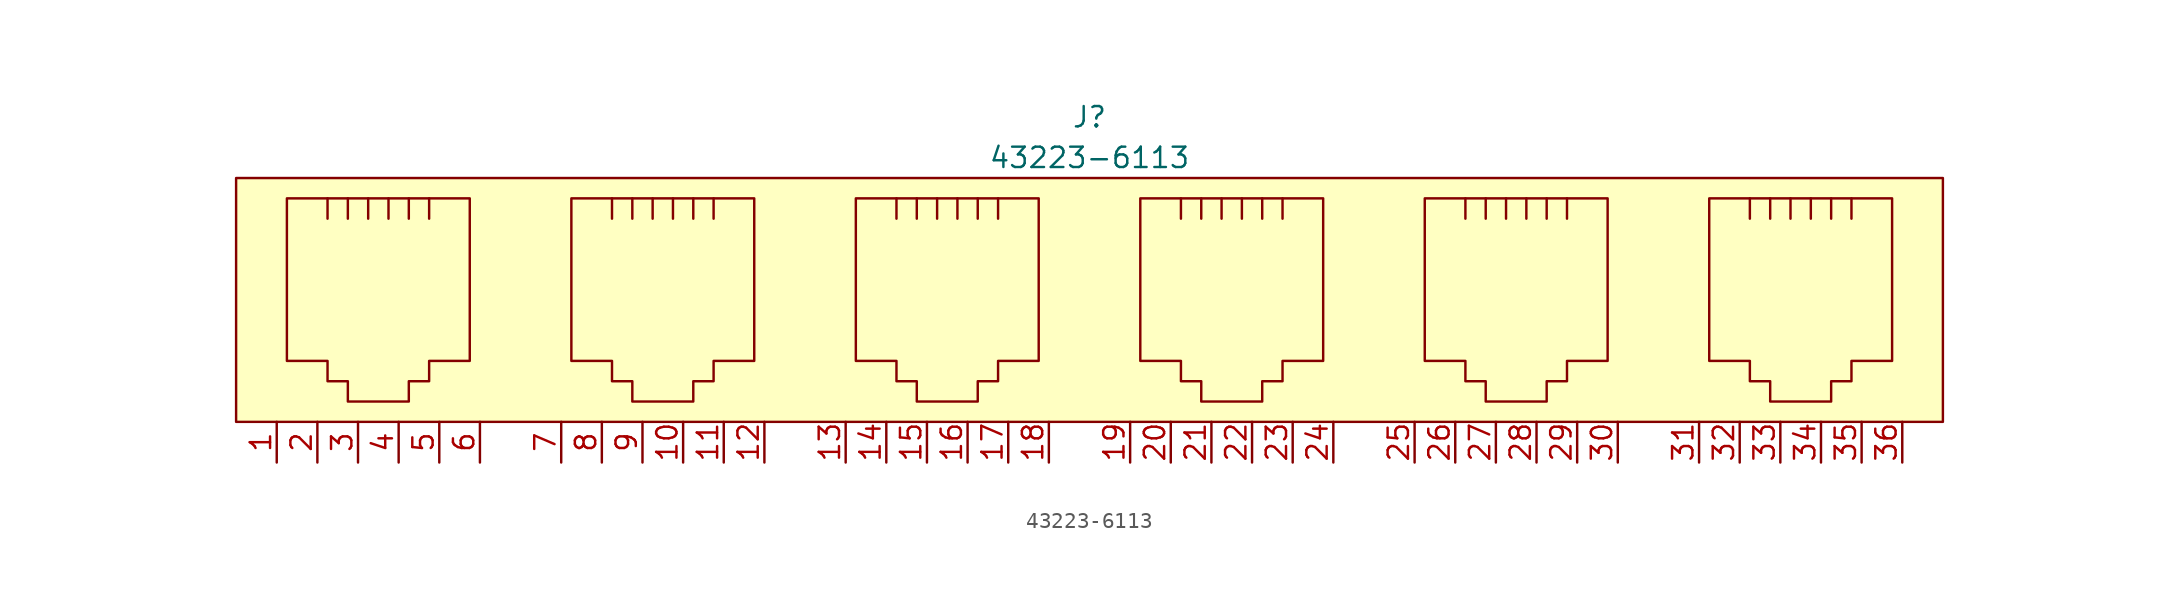
<source format=kicad_sym>
(kicad_symbol_lib
  (version 20211014)
  (generator kicad_symbol_editor)
  (symbol "43223-6113"
    (property "Reference" "J"
      (at 0 11.43 0)
      (effects (font (size 1.27 1.27))))
    (property "Value" "43223-6113"
      (at 0 8.89 0)
      (effects (font (size 1.27 1.27))))
    (symbol "43223-6113_0_1"
      (rectangle (start -53.34 7.62) (end 53.34 -7.62) (stroke (width 0.152) (type default) (color 0 0 0 0)) (fill (type background)))
      (polyline (pts (xy -47.625 6.35) (xy -47.625 5.08) (xy -47.625 5.08)) (stroke (width 0) (type default) (color 0 0 0 0)) (fill (type none)))
      (polyline (pts (xy -46.355 6.35) (xy -46.355 5.08) (xy -46.355 5.08)) (stroke (width 0) (type default) (color 0 0 0 0)) (fill (type none)))
      (polyline (pts (xy -45.085 6.35) (xy -45.085 5.08) (xy -45.085 5.08)) (stroke (width 0) (type default) (color 0 0 0 0)) (fill (type none)))
      (polyline (pts (xy -43.815 6.35) (xy -43.815 5.08) (xy -43.815 5.08)) (stroke (width 0) (type default) (color 0 0 0 0)) (fill (type none)))
      (polyline (pts (xy -42.545 6.35) (xy -42.545 5.08) (xy -42.545 5.08)) (stroke (width 0) (type default) (color 0 0 0 0)) (fill (type none)))
      (polyline (pts (xy -41.275 5.08) (xy -41.275 6.35) (xy -41.275 6.35)) (stroke (width 0) (type default) (color 0 0 0 0)) (fill (type none)))
      (polyline (pts (xy -29.845 6.35) (xy -29.845 5.08) (xy -29.845 5.08)) (stroke (width 0) (type default) (color 0 0 0 0)) (fill (type none)))
      (polyline (pts (xy -28.575 6.35) (xy -28.575 5.08) (xy -28.575 5.08)) (stroke (width 0) (type default) (color 0 0 0 0)) (fill (type none)))
      (polyline (pts (xy -27.305 6.35) (xy -27.305 5.08) (xy -27.305 5.08)) (stroke (width 0) (type default) (color 0 0 0 0)) (fill (type none)))
      (polyline (pts (xy -26.035 6.35) (xy -26.035 5.08) (xy -26.035 5.08)) (stroke (width 0) (type default) (color 0 0 0 0)) (fill (type none)))
      (polyline (pts (xy -24.765 6.35) (xy -24.765 5.08) (xy -24.765 5.08)) (stroke (width 0) (type default) (color 0 0 0 0)) (fill (type none)))
      (polyline (pts (xy -23.495 5.08) (xy -23.495 6.35) (xy -23.495 6.35)) (stroke (width 0) (type default) (color 0 0 0 0)) (fill (type none)))
      (polyline (pts (xy -12.065 6.35) (xy -12.065 5.08) (xy -12.065 5.08)) (stroke (width 0) (type default) (color 0 0 0 0)) (fill (type none)))
      (polyline (pts (xy -10.795 6.35) (xy -10.795 5.08) (xy -10.795 5.08)) (stroke (width 0) (type default) (color 0 0 0 0)) (fill (type none)))
      (polyline (pts (xy -9.525 6.35) (xy -9.525 5.08) (xy -9.525 5.08)) (stroke (width 0) (type default) (color 0 0 0 0)) (fill (type none)))
      (polyline (pts (xy -8.255 6.35) (xy -8.255 5.08) (xy -8.255 5.08)) (stroke (width 0) (type default) (color 0 0 0 0)) (fill (type none)))
      (polyline (pts (xy -6.985 6.35) (xy -6.985 5.08) (xy -6.985 5.08)) (stroke (width 0) (type default) (color 0 0 0 0)) (fill (type none)))
      (polyline (pts (xy -5.715 5.08) (xy -5.715 6.35) (xy -5.715 6.35)) (stroke (width 0) (type default) (color 0 0 0 0)) (fill (type none)))
      (polyline (pts (xy 5.715 6.35) (xy 5.715 5.08) (xy 5.715 5.08)) (stroke (width 0) (type default) (color 0 0 0 0)) (fill (type none)))
      (polyline (pts (xy 6.985 6.35) (xy 6.985 5.08) (xy 6.985 5.08)) (stroke (width 0) (type default) (color 0 0 0 0)) (fill (type none)))
      (polyline (pts (xy 8.255 6.35) (xy 8.255 5.08) (xy 8.255 5.08)) (stroke (width 0) (type default) (color 0 0 0 0)) (fill (type none)))
      (polyline (pts (xy 9.525 6.35) (xy 9.525 5.08) (xy 9.525 5.08)) (stroke (width 0) (type default) (color 0 0 0 0)) (fill (type none)))
      (polyline (pts (xy 10.795 6.35) (xy 10.795 5.08) (xy 10.795 5.08)) (stroke (width 0) (type default) (color 0 0 0 0)) (fill (type none)))
      (polyline (pts (xy 12.065 5.08) (xy 12.065 6.35) (xy 12.065 6.35)) (stroke (width 0) (type default) (color 0 0 0 0)) (fill (type none)))
      (polyline (pts (xy 23.495 6.35) (xy 23.495 5.08) (xy 23.495 5.08)) (stroke (width 0) (type default) (color 0 0 0 0)) (fill (type none)))
      (polyline (pts (xy 24.765 6.35) (xy 24.765 5.08) (xy 24.765 5.08)) (stroke (width 0) (type default) (color 0 0 0 0)) (fill (type none)))
      (polyline (pts (xy 26.035 6.35) (xy 26.035 5.08) (xy 26.035 5.08)) (stroke (width 0) (type default) (color 0 0 0 0)) (fill (type none)))
      (polyline (pts (xy 27.305 6.35) (xy 27.305 5.08) (xy 27.305 5.08)) (stroke (width 0) (type default) (color 0 0 0 0)) (fill (type none)))
      (polyline (pts (xy 28.575 6.35) (xy 28.575 5.08) (xy 28.575 5.08)) (stroke (width 0) (type default) (color 0 0 0 0)) (fill (type none)))
      (polyline (pts (xy 29.845 5.08) (xy 29.845 6.35) (xy 29.845 6.35)) (stroke (width 0) (type default) (color 0 0 0 0)) (fill (type none)))
      (polyline (pts (xy 41.275 6.35) (xy 41.275 5.08) (xy 41.275 5.08)) (stroke (width 0) (type default) (color 0 0 0 0)) (fill (type none)))
      (polyline (pts (xy 42.545 6.35) (xy 42.545 5.08) (xy 42.545 5.08)) (stroke (width 0) (type default) (color 0 0 0 0)) (fill (type none)))
      (polyline (pts (xy 43.815 6.35) (xy 43.815 5.08) (xy 43.815 5.08)) (stroke (width 0) (type default) (color 0 0 0 0)) (fill (type none)))
      (polyline (pts (xy 45.085 6.35) (xy 45.085 5.08) (xy 45.085 5.08)) (stroke (width 0) (type default) (color 0 0 0 0)) (fill (type none)))
      (polyline (pts (xy 46.355 6.35) (xy 46.355 5.08) (xy 46.355 5.08)) (stroke (width 0) (type default) (color 0 0 0 0)) (fill (type none)))
      (polyline (pts (xy 47.625 5.08) (xy 47.625 6.35) (xy 47.625 6.35)) (stroke (width 0) (type default) (color 0 0 0 0)) (fill (type none)))
      (polyline (pts (xy -50.165 6.35) (xy -38.735 6.35) (xy -38.735 -3.81) (xy -41.275 -3.81) (xy -41.275 -5.08) (xy -42.545 -5.08) (xy -42.545 -6.35) (xy -46.355 -6.35) (xy -46.355 -5.08) (xy -47.625 -5.08) (xy -47.625 -3.81) (xy -50.165 -3.81) (xy -50.165 6.35) (xy -50.165 6.35)) (stroke (width 0) (type default) (color 0 0 0 0)) (fill (type none)))
      (polyline (pts (xy -32.385 6.35) (xy -20.955 6.35) (xy -20.955 -3.81) (xy -23.495 -3.81) (xy -23.495 -5.08) (xy -24.765 -5.08) (xy -24.765 -6.35) (xy -28.575 -6.35) (xy -28.575 -5.08) (xy -29.845 -5.08) (xy -29.845 -3.81) (xy -32.385 -3.81) (xy -32.385 6.35) (xy -32.385 6.35)) (stroke (width 0) (type default) (color 0 0 0 0)) (fill (type none)))
      (polyline (pts (xy -14.605 6.35) (xy -3.175 6.35) (xy -3.175 -3.81) (xy -5.715 -3.81) (xy -5.715 -5.08) (xy -6.985 -5.08) (xy -6.985 -6.35) (xy -10.795 -6.35) (xy -10.795 -5.08) (xy -12.065 -5.08) (xy -12.065 -3.81) (xy -14.605 -3.81) (xy -14.605 6.35) (xy -14.605 6.35)) (stroke (width 0) (type default) (color 0 0 0 0)) (fill (type none)))
      (polyline (pts (xy 3.175 6.35) (xy 14.605 6.35) (xy 14.605 -3.81) (xy 12.065 -3.81) (xy 12.065 -5.08) (xy 10.795 -5.08) (xy 10.795 -6.35) (xy 6.985 -6.35) (xy 6.985 -5.08) (xy 5.715 -5.08) (xy 5.715 -3.81) (xy 3.175 -3.81) (xy 3.175 6.35) (xy 3.175 6.35)) (stroke (width 0) (type default) (color 0 0 0 0)) (fill (type none)))
      (polyline (pts (xy 20.955 6.35) (xy 32.385 6.35) (xy 32.385 -3.81) (xy 29.845 -3.81) (xy 29.845 -5.08) (xy 28.575 -5.08) (xy 28.575 -6.35) (xy 24.765 -6.35) (xy 24.765 -5.08) (xy 23.495 -5.08) (xy 23.495 -3.81) (xy 20.955 -3.81) (xy 20.955 6.35) (xy 20.955 6.35)) (stroke (width 0) (type default) (color 0 0 0 0)) (fill (type none)))
      (polyline (pts (xy 38.735 6.35) (xy 50.165 6.35) (xy 50.165 -3.81) (xy 47.625 -3.81) (xy 47.625 -5.08) (xy 46.355 -5.08) (xy 46.355 -6.35) (xy 42.545 -6.35) (xy 42.545 -5.08) (xy 41.275 -5.08) (xy 41.275 -3.81) (xy 38.735 -3.81) (xy 38.735 6.35) (xy 38.735 6.35)) (stroke (width 0) (type default) (color 0 0 0 0)) (fill (type none))))
    (symbol "43223-6113_1_1"
      (pin passive line (at -50.8 -10.16 90) (length 2.54) (name "~" (effects (font (size 1.27 1.27)))) (number "1" (effects (font (size 1.27 1.27)))))
      (pin passive line (at -25.4 -10.16 90) (length 2.54) (name "~" (effects (font (size 1.27 1.27)))) (number "10" (effects (font (size 1.27 1.27)))))
      (pin passive line (at -22.86 -10.16 90) (length 2.54) (name "~" (effects (font (size 1.27 1.27)))) (number "11" (effects (font (size 1.27 1.27)))))
      (pin passive line (at -20.32 -10.16 90) (length 2.54) (name "~" (effects (font (size 1.27 1.27)))) (number "12" (effects (font (size 1.27 1.27)))))
      (pin passive line (at -15.24 -10.16 90) (length 2.54) (name "~" (effects (font (size 1.27 1.27)))) (number "13" (effects (font (size 1.27 1.27)))))
      (pin passive line (at -12.7 -10.16 90) (length 2.54) (name "~" (effects (font (size 1.27 1.27)))) (number "14" (effects (font (size 1.27 1.27)))))
      (pin passive line (at -10.16 -10.16 90) (length 2.54) (name "~" (effects (font (size 1.27 1.27)))) (number "15" (effects (font (size 1.27 1.27)))))
      (pin passive line (at -7.62 -10.16 90) (length 2.54) (name "~" (effects (font (size 1.27 1.27)))) (number "16" (effects (font (size 1.27 1.27)))))
      (pin passive line (at -5.08 -10.16 90) (length 2.54) (name "~" (effects (font (size 1.27 1.27)))) (number "17" (effects (font (size 1.27 1.27)))))
      (pin passive line (at -2.54 -10.16 90) (length 2.54) (name "~" (effects (font (size 1.27 1.27)))) (number "18" (effects (font (size 1.27 1.27)))))
      (pin passive line (at 2.54 -10.16 90) (length 2.54) (name "~" (effects (font (size 1.27 1.27)))) (number "19" (effects (font (size 1.27 1.27)))))
      (pin passive line (at -48.26 -10.16 90) (length 2.54) (name "~" (effects (font (size 1.27 1.27)))) (number "2" (effects (font (size 1.27 1.27)))))
      (pin passive line (at 5.08 -10.16 90) (length 2.54) (name "~" (effects (font (size 1.27 1.27)))) (number "20" (effects (font (size 1.27 1.27)))))
      (pin passive line (at 7.62 -10.16 90) (length 2.54) (name "~" (effects (font (size 1.27 1.27)))) (number "21" (effects (font (size 1.27 1.27)))))
      (pin passive line (at 10.16 -10.16 90) (length 2.54) (name "~" (effects (font (size 1.27 1.27)))) (number "22" (effects (font (size 1.27 1.27)))))
      (pin passive line (at 12.7 -10.16 90) (length 2.54) (name "~" (effects (font (size 1.27 1.27)))) (number "23" (effects (font (size 1.27 1.27)))))
      (pin passive line (at 15.24 -10.16 90) (length 2.54) (name "~" (effects (font (size 1.27 1.27)))) (number "24" (effects (font (size 1.27 1.27)))))
      (pin passive line (at 20.32 -10.16 90) (length 2.54) (name "~" (effects (font (size 1.27 1.27)))) (number "25" (effects (font (size 1.27 1.27)))))
      (pin passive line (at 22.86 -10.16 90) (length 2.54) (name "~" (effects (font (size 1.27 1.27)))) (number "26" (effects (font (size 1.27 1.27)))))
      (pin passive line (at 25.4 -10.16 90) (length 2.54) (name "~" (effects (font (size 1.27 1.27)))) (number "27" (effects (font (size 1.27 1.27)))))
      (pin passive line (at 27.94 -10.16 90) (length 2.54) (name "~" (effects (font (size 1.27 1.27)))) (number "28" (effects (font (size 1.27 1.27)))))
      (pin passive line (at 30.48 -10.16 90) (length 2.54) (name "~" (effects (font (size 1.27 1.27)))) (number "29" (effects (font (size 1.27 1.27)))))
      (pin passive line (at -45.72 -10.16 90) (length 2.54) (name "~" (effects (font (size 1.27 1.27)))) (number "3" (effects (font (size 1.27 1.27)))))
      (pin passive line (at 33.02 -10.16 90) (length 2.54) (name "~" (effects (font (size 1.27 1.27)))) (number "30" (effects (font (size 1.27 1.27)))))
      (pin passive line (at 38.1 -10.16 90) (length 2.54) (name "~" (effects (font (size 1.27 1.27)))) (number "31" (effects (font (size 1.27 1.27)))))
      (pin passive line (at 40.64 -10.16 90) (length 2.54) (name "~" (effects (font (size 1.27 1.27)))) (number "32" (effects (font (size 1.27 1.27)))))
      (pin passive line (at 43.18 -10.16 90) (length 2.54) (name "~" (effects (font (size 1.27 1.27)))) (number "33" (effects (font (size 1.27 1.27)))))
      (pin passive line (at 45.72 -10.16 90) (length 2.54) (name "~" (effects (font (size 1.27 1.27)))) (number "34" (effects (font (size 1.27 1.27)))))
      (pin passive line (at 48.26 -10.16 90) (length 2.54) (name "~" (effects (font (size 1.27 1.27)))) (number "35" (effects (font (size 1.27 1.27)))))
      (pin passive line (at 50.8 -10.16 90) (length 2.54) (name "~" (effects (font (size 1.27 1.27)))) (number "36" (effects (font (size 1.27 1.27)))))
      (pin passive line (at -43.18 -10.16 90) (length 2.54) (name "~" (effects (font (size 1.27 1.27)))) (number "4" (effects (font (size 1.27 1.27)))))
      (pin passive line (at -40.64 -10.16 90) (length 2.54) (name "~" (effects (font (size 1.27 1.27)))) (number "5" (effects (font (size 1.27 1.27)))))
      (pin passive line (at -38.1 -10.16 90) (length 2.54) (name "~" (effects (font (size 1.27 1.27)))) (number "6" (effects (font (size 1.27 1.27)))))
      (pin passive line (at -33.02 -10.16 90) (length 2.54) (name "~" (effects (font (size 1.27 1.27)))) (number "7" (effects (font (size 1.27 1.27)))))
      (pin passive line (at -30.48 -10.16 90) (length 2.54) (name "~" (effects (font (size 1.27 1.27)))) (number "8" (effects (font (size 1.27 1.27)))))
      (pin passive line (at -27.94 -10.16 90) (length 2.54) (name "~" (effects (font (size 1.27 1.27)))) (number "9" (effects (font (size 1.27 1.27))))))))
</source>
